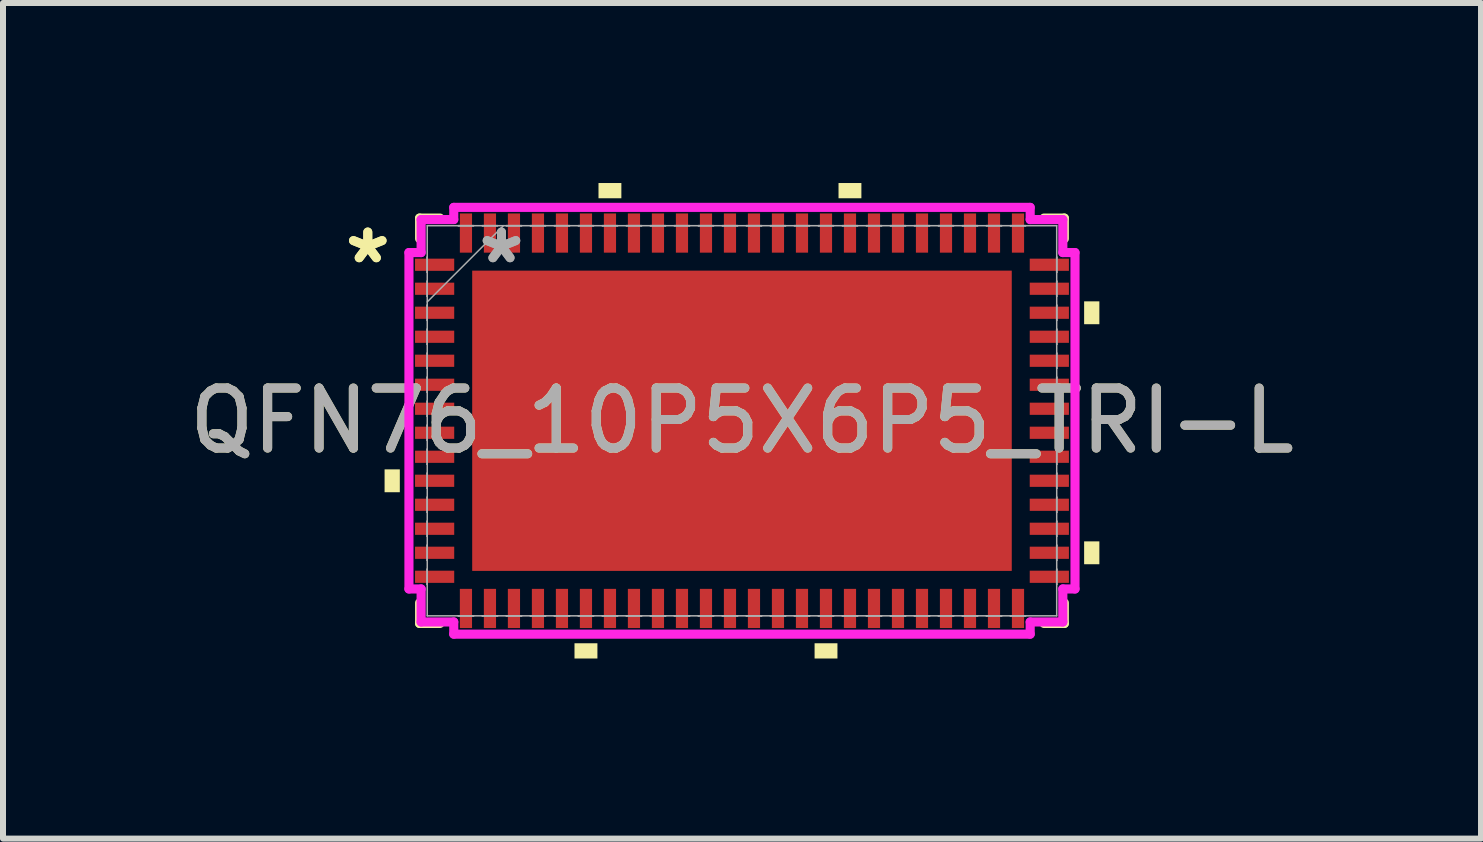
<source format=kicad_pcb>
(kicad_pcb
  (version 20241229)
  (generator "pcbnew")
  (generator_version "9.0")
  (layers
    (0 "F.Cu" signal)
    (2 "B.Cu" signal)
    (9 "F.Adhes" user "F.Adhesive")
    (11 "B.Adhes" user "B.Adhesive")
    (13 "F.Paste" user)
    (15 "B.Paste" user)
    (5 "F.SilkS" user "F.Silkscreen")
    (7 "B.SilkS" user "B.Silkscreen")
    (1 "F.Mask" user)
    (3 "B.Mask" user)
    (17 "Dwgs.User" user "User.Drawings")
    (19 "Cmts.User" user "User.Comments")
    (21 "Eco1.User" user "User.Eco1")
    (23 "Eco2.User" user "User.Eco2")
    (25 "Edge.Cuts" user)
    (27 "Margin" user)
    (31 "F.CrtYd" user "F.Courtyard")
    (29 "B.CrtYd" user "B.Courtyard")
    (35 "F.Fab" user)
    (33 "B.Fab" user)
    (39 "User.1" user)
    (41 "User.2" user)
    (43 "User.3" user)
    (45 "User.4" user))
  (footprint "QFN76_10P5X6P5_TRI-L"
    (layer "F.Cu")
    (at 9.315 3.962)
    (property "Reference" "QFN76_10P5X6P5_TRI-L" (at 0 0 0) (unlocked yes) (layer "F.SilkS") (effects (font (size 1 1) (thickness 0.15))))
    (attr smd)
    (fp_line (start -5.372 -3.378) (end -5.372 -3.034) (stroke (width 0.152) (type solid)) (layer "F.SilkS"))
    (fp_line (start -5.372 3.034) (end -5.372 3.378) (stroke (width 0.152) (type solid)) (layer "F.SilkS"))
    (fp_line (start -5.372 3.378) (end -5.034 3.378) (stroke (width 0.152) (type solid)) (layer "F.SilkS"))
    (fp_line (start -5.034 -3.378) (end -5.372 -3.378) (stroke (width 0.152) (type solid)) (layer "F.SilkS"))
    (fp_line (start 5.034 3.378) (end 5.372 3.378) (stroke (width 0.152) (type solid)) (layer "F.SilkS"))
    (fp_line (start 5.372 -3.378) (end 5.034 -3.378) (stroke (width 0.152) (type solid)) (layer "F.SilkS"))
    (fp_line (start 5.372 -3.034) (end 5.372 -3.378) (stroke (width 0.152) (type solid)) (layer "F.SilkS"))
    (fp_line (start 5.372 3.378) (end 5.372 3.034) (stroke (width 0.152) (type solid)) (layer "F.SilkS"))
    (fp_poly (pts (xy -5.956 0.81) (xy -5.956 1.191) (xy -5.702 1.191) (xy -5.702 0.81)) (stroke (width 0) (type solid)) (fill yes) (layer "F.SilkS"))
    (fp_poly (pts (xy -2.791 3.708) (xy -2.791 3.962) (xy -2.409 3.962) (xy -2.409 3.708)) (stroke (width 0) (type solid)) (fill yes) (layer "F.SilkS"))
    (fp_poly (pts (xy -2.391 -3.708) (xy -2.391 -3.962) (xy -2.01 -3.962) (xy -2.01 -3.708)) (stroke (width 0) (type solid)) (fill yes) (layer "F.SilkS"))
    (fp_poly (pts (xy 1.21 3.708) (xy 1.21 3.962) (xy 1.591 3.962) (xy 1.591 3.708)) (stroke (width 0) (type solid)) (fill yes) (layer "F.SilkS"))
    (fp_poly (pts (xy 1.609 -3.708) (xy 1.609 -3.962) (xy 1.99 -3.962) (xy 1.99 -3.708)) (stroke (width 0) (type solid)) (fill yes) (layer "F.SilkS"))
    (fp_poly (pts (xy 5.956 -1.99) (xy 5.956 -1.609) (xy 5.702 -1.609) (xy 5.702 -1.99)) (stroke (width 0) (type solid)) (fill yes) (layer "F.SilkS"))
    (fp_poly (pts (xy 5.956 2.01) (xy 5.956 2.391) (xy 5.702 2.391) (xy 5.702 2.01)) (stroke (width 0) (type solid)) (fill yes) (layer "F.SilkS"))
    (fp_line (start -5.55 -2.803) (end -5.347 -2.803) (stroke (width 0.152) (type solid)) (layer "F.CrtYd"))
    (fp_line (start -5.55 2.803) (end -5.55 -2.803) (stroke (width 0.152) (type solid)) (layer "F.CrtYd"))
    (fp_line (start -5.347 -3.353) (end -4.803 -3.353) (stroke (width 0.152) (type solid)) (layer "F.CrtYd"))
    (fp_line (start -5.347 -2.803) (end -5.347 -3.353) (stroke (width 0.152) (type solid)) (layer "F.CrtYd"))
    (fp_line (start -5.347 2.803) (end -5.55 2.803) (stroke (width 0.152) (type solid)) (layer "F.CrtYd"))
    (fp_line (start -5.347 3.353) (end -5.347 2.803) (stroke (width 0.152) (type solid)) (layer "F.CrtYd"))
    (fp_line (start -4.803 -3.556) (end 4.803 -3.556) (stroke (width 0.152) (type solid)) (layer "F.CrtYd"))
    (fp_line (start -4.803 -3.353) (end -4.803 -3.556) (stroke (width 0.152) (type solid)) (layer "F.CrtYd"))
    (fp_line (start -4.803 3.353) (end -5.347 3.353) (stroke (width 0.152) (type solid)) (layer "F.CrtYd"))
    (fp_line (start -4.803 3.556) (end -4.803 3.353) (stroke (width 0.152) (type solid)) (layer "F.CrtYd"))
    (fp_line (start 4.803 -3.556) (end 4.803 -3.353) (stroke (width 0.152) (type solid)) (layer "F.CrtYd"))
    (fp_line (start 4.803 -3.353) (end 5.347 -3.353) (stroke (width 0.152) (type solid)) (layer "F.CrtYd"))
    (fp_line (start 4.803 3.353) (end 4.803 3.556) (stroke (width 0.152) (type solid)) (layer "F.CrtYd"))
    (fp_line (start 4.803 3.556) (end -4.803 3.556) (stroke (width 0.152) (type solid)) (layer "F.CrtYd"))
    (fp_line (start 5.347 -3.353) (end 5.347 -2.803) (stroke (width 0.152) (type solid)) (layer "F.CrtYd"))
    (fp_line (start 5.347 -2.803) (end 5.55 -2.803) (stroke (width 0.152) (type solid)) (layer "F.CrtYd"))
    (fp_line (start 5.347 2.803) (end 5.347 3.353) (stroke (width 0.152) (type solid)) (layer "F.CrtYd"))
    (fp_line (start 5.347 3.353) (end 4.803 3.353) (stroke (width 0.152) (type solid)) (layer "F.CrtYd"))
    (fp_line (start 5.55 -2.803) (end 5.55 2.803) (stroke (width 0.152) (type solid)) (layer "F.CrtYd"))
    (fp_line (start 5.55 2.803) (end 5.347 2.803) (stroke (width 0.152) (type solid)) (layer "F.CrtYd"))
    (fp_line (start -5.245 -3.251) (end -5.245 3.251) (stroke (width 0.025) (type solid)) (layer "F.Fab"))
    (fp_line (start -5.245 -2.727) (end -5.245 -2.727) (stroke (width 0.025) (type solid)) (layer "F.Fab"))
    (fp_line (start -5.245 -2.727) (end -5.245 -2.473) (stroke (width 0.025) (type solid)) (layer "F.Fab"))
    (fp_line (start -5.245 -2.473) (end -5.245 -2.727) (stroke (width 0.025) (type solid)) (layer "F.Fab"))
    (fp_line (start -5.245 -2.473) (end -5.245 -2.473) (stroke (width 0.025) (type solid)) (layer "F.Fab"))
    (fp_line (start -5.245 -2.327) (end -5.245 -2.327) (stroke (width 0.025) (type solid)) (layer "F.Fab"))
    (fp_line (start -5.245 -2.327) (end -5.245 -2.073) (stroke (width 0.025) (type solid)) (layer "F.Fab"))
    (fp_line (start -5.245 -2.073) (end -5.245 -2.327) (stroke (width 0.025) (type solid)) (layer "F.Fab"))
    (fp_line (start -5.245 -2.073) (end -5.245 -2.073) (stroke (width 0.025) (type solid)) (layer "F.Fab"))
    (fp_line (start -5.245 -1.981) (end -3.975 -3.251) (stroke (width 0.025) (type solid)) (layer "F.Fab"))
    (fp_line (start -5.245 -1.927) (end -5.245 -1.927) (stroke (width 0.025) (type solid)) (layer "F.Fab"))
    (fp_line (start -5.245 -1.927) (end -5.245 -1.673) (stroke (width 0.025) (type solid)) (layer "F.Fab"))
    (fp_line (start -5.245 -1.673) (end -5.245 -1.927) (stroke (width 0.025) (type solid)) (layer "F.Fab"))
    (fp_line (start -5.245 -1.673) (end -5.245 -1.673) (stroke (width 0.025) (type solid)) (layer "F.Fab"))
    (fp_line (start -5.245 -1.527) (end -5.245 -1.527) (stroke (width 0.025) (type solid)) (layer "F.Fab"))
    (fp_line (start -5.245 -1.527) (end -5.245 -1.273) (stroke (width 0.025) (type solid)) (layer "F.Fab"))
    (fp_line (start -5.245 -1.273) (end -5.245 -1.527) (stroke (width 0.025) (type solid)) (layer "F.Fab"))
    (fp_line (start -5.245 -1.273) (end -5.245 -1.273) (stroke (width 0.025) (type solid)) (layer "F.Fab"))
    (fp_line (start -5.245 -1.127) (end -5.245 -1.127) (stroke (width 0.025) (type solid)) (layer "F.Fab"))
    (fp_line (start -5.245 -1.127) (end -5.245 -0.873) (stroke (width 0.025) (type solid)) (layer "F.Fab"))
    (fp_line (start -5.245 -0.873) (end -5.245 -1.127) (stroke (width 0.025) (type solid)) (layer "F.Fab"))
    (fp_line (start -5.245 -0.873) (end -5.245 -0.873) (stroke (width 0.025) (type solid)) (layer "F.Fab"))
    (fp_line (start -5.245 -0.727) (end -5.245 -0.727) (stroke (width 0.025) (type solid)) (layer "F.Fab"))
    (fp_line (start -5.245 -0.727) (end -5.245 -0.473) (stroke (width 0.025) (type solid)) (layer "F.Fab"))
    (fp_line (start -5.245 -0.473) (end -5.245 -0.727) (stroke (width 0.025) (type solid)) (layer "F.Fab"))
    (fp_line (start -5.245 -0.473) (end -5.245 -0.473) (stroke (width 0.025) (type solid)) (layer "F.Fab"))
    (fp_line (start -5.245 -0.327) (end -5.245 -0.327) (stroke (width 0.025) (type solid)) (layer "F.Fab"))
    (fp_line (start -5.245 -0.327) (end -5.245 -0.073) (stroke (width 0.025) (type solid)) (layer "F.Fab"))
    (fp_line (start -5.245 -0.073) (end -5.245 -0.327) (stroke (width 0.025) (type solid)) (layer "F.Fab"))
    (fp_line (start -5.245 -0.073) (end -5.245 -0.073) (stroke (width 0.025) (type solid)) (layer "F.Fab"))
    (fp_line (start -5.245 0.073) (end -5.245 0.073) (stroke (width 0.025) (type solid)) (layer "F.Fab"))
    (fp_line (start -5.245 0.073) (end -5.245 0.327) (stroke (width 0.025) (type solid)) (layer "F.Fab"))
    (fp_line (start -5.245 0.327) (end -5.245 0.073) (stroke (width 0.025) (type solid)) (layer "F.Fab"))
    (fp_line (start -5.245 0.327) (end -5.245 0.327) (stroke (width 0.025) (type solid)) (layer "F.Fab"))
    (fp_line (start -5.245 0.473) (end -5.245 0.473) (stroke (width 0.025) (type solid)) (layer "F.Fab"))
    (fp_line (start -5.245 0.473) (end -5.245 0.727) (stroke (width 0.025) (type solid)) (layer "F.Fab"))
    (fp_line (start -5.245 0.727) (end -5.245 0.473) (stroke (width 0.025) (type solid)) (layer "F.Fab"))
    (fp_line (start -5.245 0.727) (end -5.245 0.727) (stroke (width 0.025) (type solid)) (layer "F.Fab"))
    (fp_line (start -5.245 0.873) (end -5.245 0.873) (stroke (width 0.025) (type solid)) (layer "F.Fab"))
    (fp_line (start -5.245 0.873) (end -5.245 1.127) (stroke (width 0.025) (type solid)) (layer "F.Fab"))
    (fp_line (start -5.245 1.127) (end -5.245 0.873) (stroke (width 0.025) (type solid)) (layer "F.Fab"))
    (fp_line (start -5.245 1.127) (end -5.245 1.127) (stroke (width 0.025) (type solid)) (layer "F.Fab"))
    (fp_line (start -5.245 1.273) (end -5.245 1.273) (stroke (width 0.025) (type solid)) (layer "F.Fab"))
    (fp_line (start -5.245 1.273) (end -5.245 1.527) (stroke (width 0.025) (type solid)) (layer "F.Fab"))
    (fp_line (start -5.245 1.527) (end -5.245 1.273) (stroke (width 0.025) (type solid)) (layer "F.Fab"))
    (fp_line (start -5.245 1.527) (end -5.245 1.527) (stroke (width 0.025) (type solid)) (layer "F.Fab"))
    (fp_line (start -5.245 1.673) (end -5.245 1.673) (stroke (width 0.025) (type solid)) (layer "F.Fab"))
    (fp_line (start -5.245 1.673) (end -5.245 1.927) (stroke (width 0.025) (type solid)) (layer "F.Fab"))
    (fp_line (start -5.245 1.927) (end -5.245 1.673) (stroke (width 0.025) (type solid)) (layer "F.Fab"))
    (fp_line (start -5.245 1.927) (end -5.245 1.927) (stroke (width 0.025) (type solid)) (layer "F.Fab"))
    (fp_line (start -5.245 2.073) (end -5.245 2.073) (stroke (width 0.025) (type solid)) (layer "F.Fab"))
    (fp_line (start -5.245 2.073) (end -5.245 2.327) (stroke (width 0.025) (type solid)) (layer "F.Fab"))
    (fp_line (start -5.245 2.327) (end -5.245 2.073) (stroke (width 0.025) (type solid)) (layer "F.Fab"))
    (fp_line (start -5.245 2.327) (end -5.245 2.327) (stroke (width 0.025) (type solid)) (layer "F.Fab"))
    (fp_line (start -5.245 2.473) (end -5.245 2.473) (stroke (width 0.025) (type solid)) (layer "F.Fab"))
    (fp_line (start -5.245 2.473) (end -5.245 2.727) (stroke (width 0.025) (type solid)) (layer "F.Fab"))
    (fp_line (start -5.245 2.727) (end -5.245 2.473) (stroke (width 0.025) (type solid)) (layer "F.Fab"))
    (fp_line (start -5.245 2.727) (end -5.245 2.727) (stroke (width 0.025) (type solid)) (layer "F.Fab"))
    (fp_line (start -5.245 3.251) (end 5.245 3.251) (stroke (width 0.025) (type solid)) (layer "F.Fab"))
    (fp_line (start -4.727 -3.251) (end -4.727 -3.251) (stroke (width 0.025) (type solid)) (layer "F.Fab"))
    (fp_line (start -4.727 -3.251) (end -4.473 -3.251) (stroke (width 0.025) (type solid)) (layer "F.Fab"))
    (fp_line (start -4.727 3.251) (end -4.727 3.251) (stroke (width 0.025) (type solid)) (layer "F.Fab"))
    (fp_line (start -4.727 3.251) (end -4.473 3.251) (stroke (width 0.025) (type solid)) (layer "F.Fab"))
    (fp_line (start -4.473 -3.251) (end -4.727 -3.251) (stroke (width 0.025) (type solid)) (layer "F.Fab"))
    (fp_line (start -4.473 -3.251) (end -4.473 -3.251) (stroke (width 0.025) (type solid)) (layer "F.Fab"))
    (fp_line (start -4.473 3.251) (end -4.727 3.251) (stroke (width 0.025) (type solid)) (layer "F.Fab"))
    (fp_line (start -4.473 3.251) (end -4.473 3.251) (stroke (width 0.025) (type solid)) (layer "F.Fab"))
    (fp_line (start -4.327 -3.251) (end -4.327 -3.251) (stroke (width 0.025) (type solid)) (layer "F.Fab"))
    (fp_line (start -4.327 -3.251) (end -4.073 -3.251) (stroke (width 0.025) (type solid)) (layer "F.Fab"))
    (fp_line (start -4.327 3.251) (end -4.327 3.251) (stroke (width 0.025) (type solid)) (layer "F.Fab"))
    (fp_line (start -4.327 3.251) (end -4.073 3.251) (stroke (width 0.025) (type solid)) (layer "F.Fab"))
    (fp_line (start -4.073 -3.251) (end -4.327 -3.251) (stroke (width 0.025) (type solid)) (layer "F.Fab"))
    (fp_line (start -4.073 -3.251) (end -4.073 -3.251) (stroke (width 0.025) (type solid)) (layer "F.Fab"))
    (fp_line (start -4.073 3.251) (end -4.327 3.251) (stroke (width 0.025) (type solid)) (layer "F.Fab"))
    (fp_line (start -4.073 3.251) (end -4.073 3.251) (stroke (width 0.025) (type solid)) (layer "F.Fab"))
    (fp_line (start -3.927 -3.251) (end -3.927 -3.251) (stroke (width 0.025) (type solid)) (layer "F.Fab"))
    (fp_line (start -3.927 -3.251) (end -3.673 -3.251) (stroke (width 0.025) (type solid)) (layer "F.Fab"))
    (fp_line (start -3.927 3.251) (end -3.927 3.251) (stroke (width 0.025) (type solid)) (layer "F.Fab"))
    (fp_line (start -3.927 3.251) (end -3.673 3.251) (stroke (width 0.025) (type solid)) (layer "F.Fab"))
    (fp_line (start -3.673 -3.251) (end -3.927 -3.251) (stroke (width 0.025) (type solid)) (layer "F.Fab"))
    (fp_line (start -3.673 -3.251) (end -3.673 -3.251) (stroke (width 0.025) (type solid)) (layer "F.Fab"))
    (fp_line (start -3.673 3.251) (end -3.927 3.251) (stroke (width 0.025) (type solid)) (layer "F.Fab"))
    (fp_line (start -3.673 3.251) (end -3.673 3.251) (stroke (width 0.025) (type solid)) (layer "F.Fab"))
    (fp_line (start -3.527 -3.251) (end -3.527 -3.251) (stroke (width 0.025) (type solid)) (layer "F.Fab"))
    (fp_line (start -3.527 -3.251) (end -3.273 -3.251) (stroke (width 0.025) (type solid)) (layer "F.Fab"))
    (fp_line (start -3.527 3.251) (end -3.527 3.251) (stroke (width 0.025) (type solid)) (layer "F.Fab"))
    (fp_line (start -3.527 3.251) (end -3.273 3.251) (stroke (width 0.025) (type solid)) (layer "F.Fab"))
    (fp_line (start -3.273 -3.251) (end -3.527 -3.251) (stroke (width 0.025) (type solid)) (layer "F.Fab"))
    (fp_line (start -3.273 -3.251) (end -3.273 -3.251) (stroke (width 0.025) (type solid)) (layer "F.Fab"))
    (fp_line (start -3.273 3.251) (end -3.527 3.251) (stroke (width 0.025) (type solid)) (layer "F.Fab"))
    (fp_line (start -3.273 3.251) (end -3.273 3.251) (stroke (width 0.025) (type solid)) (layer "F.Fab"))
    (fp_line (start -3.127 -3.251) (end -3.127 -3.251) (stroke (width 0.025) (type solid)) (layer "F.Fab"))
    (fp_line (start -3.127 -3.251) (end -2.873 -3.251) (stroke (width 0.025) (type solid)) (layer "F.Fab"))
    (fp_line (start -3.127 3.251) (end -3.127 3.251) (stroke (width 0.025) (type solid)) (layer "F.Fab"))
    (fp_line (start -3.127 3.251) (end -2.873 3.251) (stroke (width 0.025) (type solid)) (layer "F.Fab"))
    (fp_line (start -2.873 -3.251) (end -3.127 -3.251) (stroke (width 0.025) (type solid)) (layer "F.Fab"))
    (fp_line (start -2.873 -3.251) (end -2.873 -3.251) (stroke (width 0.025) (type solid)) (layer "F.Fab"))
    (fp_line (start -2.873 3.251) (end -3.127 3.251) (stroke (width 0.025) (type solid)) (layer "F.Fab"))
    (fp_line (start -2.873 3.251) (end -2.873 3.251) (stroke (width 0.025) (type solid)) (layer "F.Fab"))
    (fp_line (start -2.727 -3.251) (end -2.727 -3.251) (stroke (width 0.025) (type solid)) (layer "F.Fab"))
    (fp_line (start -2.727 -3.251) (end -2.473 -3.251) (stroke (width 0.025) (type solid)) (layer "F.Fab"))
    (fp_line (start -2.727 3.251) (end -2.727 3.251) (stroke (width 0.025) (type solid)) (layer "F.Fab"))
    (fp_line (start -2.727 3.251) (end -2.473 3.251) (stroke (width 0.025) (type solid)) (layer "F.Fab"))
    (fp_line (start -2.473 -3.251) (end -2.727 -3.251) (stroke (width 0.025) (type solid)) (layer "F.Fab"))
    (fp_line (start -2.473 -3.251) (end -2.473 -3.251) (stroke (width 0.025) (type solid)) (layer "F.Fab"))
    (fp_line (start -2.473 3.251) (end -2.727 3.251) (stroke (width 0.025) (type solid)) (layer "F.Fab"))
    (fp_line (start -2.473 3.251) (end -2.473 3.251) (stroke (width 0.025) (type solid)) (layer "F.Fab"))
    (fp_line (start -2.327 -3.251) (end -2.327 -3.251) (stroke (width 0.025) (type solid)) (layer "F.Fab"))
    (fp_line (start -2.327 -3.251) (end -2.073 -3.251) (stroke (width 0.025) (type solid)) (layer "F.Fab"))
    (fp_line (start -2.327 3.251) (end -2.327 3.251) (stroke (width 0.025) (type solid)) (layer "F.Fab"))
    (fp_line (start -2.327 3.251) (end -2.073 3.251) (stroke (width 0.025) (type solid)) (layer "F.Fab"))
    (fp_line (start -2.073 -3.251) (end -2.327 -3.251) (stroke (width 0.025) (type solid)) (layer "F.Fab"))
    (fp_line (start -2.073 -3.251) (end -2.073 -3.251) (stroke (width 0.025) (type solid)) (layer "F.Fab"))
    (fp_line (start -2.073 3.251) (end -2.327 3.251) (stroke (width 0.025) (type solid)) (layer "F.Fab"))
    (fp_line (start -2.073 3.251) (end -2.073 3.251) (stroke (width 0.025) (type solid)) (layer "F.Fab"))
    (fp_line (start -1.927 -3.251) (end -1.927 -3.251) (stroke (width 0.025) (type solid)) (layer "F.Fab"))
    (fp_line (start -1.927 -3.251) (end -1.673 -3.251) (stroke (width 0.025) (type solid)) (layer "F.Fab"))
    (fp_line (start -1.927 3.251) (end -1.927 3.251) (stroke (width 0.025) (type solid)) (layer "F.Fab"))
    (fp_line (start -1.927 3.251) (end -1.673 3.251) (stroke (width 0.025) (type solid)) (layer "F.Fab"))
    (fp_line (start -1.673 -3.251) (end -1.927 -3.251) (stroke (width 0.025) (type solid)) (layer "F.Fab"))
    (fp_line (start -1.673 -3.251) (end -1.673 -3.251) (stroke (width 0.025) (type solid)) (layer "F.Fab"))
    (fp_line (start -1.673 3.251) (end -1.927 3.251) (stroke (width 0.025) (type solid)) (layer "F.Fab"))
    (fp_line (start -1.673 3.251) (end -1.673 3.251) (stroke (width 0.025) (type solid)) (layer "F.Fab"))
    (fp_line (start -1.527 -3.251) (end -1.527 -3.251) (stroke (width 0.025) (type solid)) (layer "F.Fab"))
    (fp_line (start -1.527 -3.251) (end -1.273 -3.251) (stroke (width 0.025) (type solid)) (layer "F.Fab"))
    (fp_line (start -1.527 3.251) (end -1.527 3.251) (stroke (width 0.025) (type solid)) (layer "F.Fab"))
    (fp_line (start -1.527 3.251) (end -1.273 3.251) (stroke (width 0.025) (type solid)) (layer "F.Fab"))
    (fp_line (start -1.273 -3.251) (end -1.527 -3.251) (stroke (width 0.025) (type solid)) (layer "F.Fab"))
    (fp_line (start -1.273 -3.251) (end -1.273 -3.251) (stroke (width 0.025) (type solid)) (layer "F.Fab"))
    (fp_line (start -1.273 3.251) (end -1.527 3.251) (stroke (width 0.025) (type solid)) (layer "F.Fab"))
    (fp_line (start -1.273 3.251) (end -1.273 3.251) (stroke (width 0.025) (type solid)) (layer "F.Fab"))
    (fp_line (start -1.127 -3.251) (end -1.127 -3.251) (stroke (width 0.025) (type solid)) (layer "F.Fab"))
    (fp_line (start -1.127 -3.251) (end -0.873 -3.251) (stroke (width 0.025) (type solid)) (layer "F.Fab"))
    (fp_line (start -1.127 3.251) (end -1.127 3.251) (stroke (width 0.025) (type solid)) (layer "F.Fab"))
    (fp_line (start -1.127 3.251) (end -0.873 3.251) (stroke (width 0.025) (type solid)) (layer "F.Fab"))
    (fp_line (start -0.873 -3.251) (end -1.127 -3.251) (stroke (width 0.025) (type solid)) (layer "F.Fab"))
    (fp_line (start -0.873 -3.251) (end -0.873 -3.251) (stroke (width 0.025) (type solid)) (layer "F.Fab"))
    (fp_line (start -0.873 3.251) (end -1.127 3.251) (stroke (width 0.025) (type solid)) (layer "F.Fab"))
    (fp_line (start -0.873 3.251) (end -0.873 3.251) (stroke (width 0.025) (type solid)) (layer "F.Fab"))
    (fp_line (start -0.727 -3.251) (end -0.727 -3.251) (stroke (width 0.025) (type solid)) (layer "F.Fab"))
    (fp_line (start -0.727 -3.251) (end -0.473 -3.251) (stroke (width 0.025) (type solid)) (layer "F.Fab"))
    (fp_line (start -0.727 3.251) (end -0.727 3.251) (stroke (width 0.025) (type solid)) (layer "F.Fab"))
    (fp_line (start -0.727 3.251) (end -0.473 3.251) (stroke (width 0.025) (type solid)) (layer "F.Fab"))
    (fp_line (start -0.473 -3.251) (end -0.727 -3.251) (stroke (width 0.025) (type solid)) (layer "F.Fab"))
    (fp_line (start -0.473 -3.251) (end -0.473 -3.251) (stroke (width 0.025) (type solid)) (layer "F.Fab"))
    (fp_line (start -0.473 3.251) (end -0.727 3.251) (stroke (width 0.025) (type solid)) (layer "F.Fab"))
    (fp_line (start -0.473 3.251) (end -0.473 3.251) (stroke (width 0.025) (type solid)) (layer "F.Fab"))
    (fp_line (start -0.327 -3.251) (end -0.327 -3.251) (stroke (width 0.025) (type solid)) (layer "F.Fab"))
    (fp_line (start -0.327 -3.251) (end -0.073 -3.251) (stroke (width 0.025) (type solid)) (layer "F.Fab"))
    (fp_line (start -0.327 3.251) (end -0.327 3.251) (stroke (width 0.025) (type solid)) (layer "F.Fab"))
    (fp_line (start -0.327 3.251) (end -0.073 3.251) (stroke (width 0.025) (type solid)) (layer "F.Fab"))
    (fp_line (start -0.073 -3.251) (end -0.327 -3.251) (stroke (width 0.025) (type solid)) (layer "F.Fab"))
    (fp_line (start -0.073 -3.251) (end -0.073 -3.251) (stroke (width 0.025) (type solid)) (layer "F.Fab"))
    (fp_line (start -0.073 3.251) (end -0.327 3.251) (stroke (width 0.025) (type solid)) (layer "F.Fab"))
    (fp_line (start -0.073 3.251) (end -0.073 3.251) (stroke (width 0.025) (type solid)) (layer "F.Fab"))
    (fp_line (start 0.073 -3.251) (end 0.073 -3.251) (stroke (width 0.025) (type solid)) (layer "F.Fab"))
    (fp_line (start 0.073 -3.251) (end 0.327 -3.251) (stroke (width 0.025) (type solid)) (layer "F.Fab"))
    (fp_line (start 0.073 3.251) (end 0.073 3.251) (stroke (width 0.025) (type solid)) (layer "F.Fab"))
    (fp_line (start 0.073 3.251) (end 0.327 3.251) (stroke (width 0.025) (type solid)) (layer "F.Fab"))
    (fp_line (start 0.327 -3.251) (end 0.073 -3.251) (stroke (width 0.025) (type solid)) (layer "F.Fab"))
    (fp_line (start 0.327 -3.251) (end 0.327 -3.251) (stroke (width 0.025) (type solid)) (layer "F.Fab"))
    (fp_line (start 0.327 3.251) (end 0.073 3.251) (stroke (width 0.025) (type solid)) (layer "F.Fab"))
    (fp_line (start 0.327 3.251) (end 0.327 3.251) (stroke (width 0.025) (type solid)) (layer "F.Fab"))
    (fp_line (start 0.473 -3.251) (end 0.473 -3.251) (stroke (width 0.025) (type solid)) (layer "F.Fab"))
    (fp_line (start 0.473 -3.251) (end 0.727 -3.251) (stroke (width 0.025) (type solid)) (layer "F.Fab"))
    (fp_line (start 0.473 3.251) (end 0.473 3.251) (stroke (width 0.025) (type solid)) (layer "F.Fab"))
    (fp_line (start 0.473 3.251) (end 0.727 3.251) (stroke (width 0.025) (type solid)) (layer "F.Fab"))
    (fp_line (start 0.727 -3.251) (end 0.473 -3.251) (stroke (width 0.025) (type solid)) (layer "F.Fab"))
    (fp_line (start 0.727 -3.251) (end 0.727 -3.251) (stroke (width 0.025) (type solid)) (layer "F.Fab"))
    (fp_line (start 0.727 3.251) (end 0.473 3.251) (stroke (width 0.025) (type solid)) (layer "F.Fab"))
    (fp_line (start 0.727 3.251) (end 0.727 3.251) (stroke (width 0.025) (type solid)) (layer "F.Fab"))
    (fp_line (start 0.873 -3.251) (end 0.873 -3.251) (stroke (width 0.025) (type solid)) (layer "F.Fab"))
    (fp_line (start 0.873 -3.251) (end 1.127 -3.251) (stroke (width 0.025) (type solid)) (layer "F.Fab"))
    (fp_line (start 0.873 3.251) (end 0.873 3.251) (stroke (width 0.025) (type solid)) (layer "F.Fab"))
    (fp_line (start 0.873 3.251) (end 1.127 3.251) (stroke (width 0.025) (type solid)) (layer "F.Fab"))
    (fp_line (start 1.127 -3.251) (end 0.873 -3.251) (stroke (width 0.025) (type solid)) (layer "F.Fab"))
    (fp_line (start 1.127 -3.251) (end 1.127 -3.251) (stroke (width 0.025) (type solid)) (layer "F.Fab"))
    (fp_line (start 1.127 3.251) (end 0.873 3.251) (stroke (width 0.025) (type solid)) (layer "F.Fab"))
    (fp_line (start 1.127 3.251) (end 1.127 3.251) (stroke (width 0.025) (type solid)) (layer "F.Fab"))
    (fp_line (start 1.273 -3.251) (end 1.273 -3.251) (stroke (width 0.025) (type solid)) (layer "F.Fab"))
    (fp_line (start 1.273 -3.251) (end 1.527 -3.251) (stroke (width 0.025) (type solid)) (layer "F.Fab"))
    (fp_line (start 1.273 3.251) (end 1.273 3.251) (stroke (width 0.025) (type solid)) (layer "F.Fab"))
    (fp_line (start 1.273 3.251) (end 1.527 3.251) (stroke (width 0.025) (type solid)) (layer "F.Fab"))
    (fp_line (start 1.527 -3.251) (end 1.273 -3.251) (stroke (width 0.025) (type solid)) (layer "F.Fab"))
    (fp_line (start 1.527 -3.251) (end 1.527 -3.251) (stroke (width 0.025) (type solid)) (layer "F.Fab"))
    (fp_line (start 1.527 3.251) (end 1.273 3.251) (stroke (width 0.025) (type solid)) (layer "F.Fab"))
    (fp_line (start 1.527 3.251) (end 1.527 3.251) (stroke (width 0.025) (type solid)) (layer "F.Fab"))
    (fp_line (start 1.673 -3.251) (end 1.673 -3.251) (stroke (width 0.025) (type solid)) (layer "F.Fab"))
    (fp_line (start 1.673 -3.251) (end 1.927 -3.251) (stroke (width 0.025) (type solid)) (layer "F.Fab"))
    (fp_line (start 1.673 3.251) (end 1.673 3.251) (stroke (width 0.025) (type solid)) (layer "F.Fab"))
    (fp_line (start 1.673 3.251) (end 1.927 3.251) (stroke (width 0.025) (type solid)) (layer "F.Fab"))
    (fp_line (start 1.927 -3.251) (end 1.673 -3.251) (stroke (width 0.025) (type solid)) (layer "F.Fab"))
    (fp_line (start 1.927 -3.251) (end 1.927 -3.251) (stroke (width 0.025) (type solid)) (layer "F.Fab"))
    (fp_line (start 1.927 3.251) (end 1.673 3.251) (stroke (width 0.025) (type solid)) (layer "F.Fab"))
    (fp_line (start 1.927 3.251) (end 1.927 3.251) (stroke (width 0.025) (type solid)) (layer "F.Fab"))
    (fp_line (start 2.073 -3.251) (end 2.073 -3.251) (stroke (width 0.025) (type solid)) (layer "F.Fab"))
    (fp_line (start 2.073 -3.251) (end 2.327 -3.251) (stroke (width 0.025) (type solid)) (layer "F.Fab"))
    (fp_line (start 2.073 3.251) (end 2.073 3.251) (stroke (width 0.025) (type solid)) (layer "F.Fab"))
    (fp_line (start 2.073 3.251) (end 2.327 3.251) (stroke (width 0.025) (type solid)) (layer "F.Fab"))
    (fp_line (start 2.327 -3.251) (end 2.073 -3.251) (stroke (width 0.025) (type solid)) (layer "F.Fab"))
    (fp_line (start 2.327 -3.251) (end 2.327 -3.251) (stroke (width 0.025) (type solid)) (layer "F.Fab"))
    (fp_line (start 2.327 3.251) (end 2.073 3.251) (stroke (width 0.025) (type solid)) (layer "F.Fab"))
    (fp_line (start 2.327 3.251) (end 2.327 3.251) (stroke (width 0.025) (type solid)) (layer "F.Fab"))
    (fp_line (start 2.473 -3.251) (end 2.473 -3.251) (stroke (width 0.025) (type solid)) (layer "F.Fab"))
    (fp_line (start 2.473 -3.251) (end 2.727 -3.251) (stroke (width 0.025) (type solid)) (layer "F.Fab"))
    (fp_line (start 2.473 3.251) (end 2.473 3.251) (stroke (width 0.025) (type solid)) (layer "F.Fab"))
    (fp_line (start 2.473 3.251) (end 2.727 3.251) (stroke (width 0.025) (type solid)) (layer "F.Fab"))
    (fp_line (start 2.727 -3.251) (end 2.473 -3.251) (stroke (width 0.025) (type solid)) (layer "F.Fab"))
    (fp_line (start 2.727 -3.251) (end 2.727 -3.251) (stroke (width 0.025) (type solid)) (layer "F.Fab"))
    (fp_line (start 2.727 3.251) (end 2.473 3.251) (stroke (width 0.025) (type solid)) (layer "F.Fab"))
    (fp_line (start 2.727 3.251) (end 2.727 3.251) (stroke (width 0.025) (type solid)) (layer "F.Fab"))
    (fp_line (start 2.873 -3.251) (end 2.873 -3.251) (stroke (width 0.025) (type solid)) (layer "F.Fab"))
    (fp_line (start 2.873 -3.251) (end 3.127 -3.251) (stroke (width 0.025) (type solid)) (layer "F.Fab"))
    (fp_line (start 2.873 3.251) (end 2.873 3.251) (stroke (width 0.025) (type solid)) (layer "F.Fab"))
    (fp_line (start 2.873 3.251) (end 3.127 3.251) (stroke (width 0.025) (type solid)) (layer "F.Fab"))
    (fp_line (start 3.127 -3.251) (end 2.873 -3.251) (stroke (width 0.025) (type solid)) (layer "F.Fab"))
    (fp_line (start 3.127 -3.251) (end 3.127 -3.251) (stroke (width 0.025) (type solid)) (layer "F.Fab"))
    (fp_line (start 3.127 3.251) (end 2.873 3.251) (stroke (width 0.025) (type solid)) (layer "F.Fab"))
    (fp_line (start 3.127 3.251) (end 3.127 3.251) (stroke (width 0.025) (type solid)) (layer "F.Fab"))
    (fp_line (start 3.273 -3.251) (end 3.273 -3.251) (stroke (width 0.025) (type solid)) (layer "F.Fab"))
    (fp_line (start 3.273 -3.251) (end 3.527 -3.251) (stroke (width 0.025) (type solid)) (layer "F.Fab"))
    (fp_line (start 3.273 3.251) (end 3.273 3.251) (stroke (width 0.025) (type solid)) (layer "F.Fab"))
    (fp_line (start 3.273 3.251) (end 3.527 3.251) (stroke (width 0.025) (type solid)) (layer "F.Fab"))
    (fp_line (start 3.527 -3.251) (end 3.273 -3.251) (stroke (width 0.025) (type solid)) (layer "F.Fab"))
    (fp_line (start 3.527 -3.251) (end 3.527 -3.251) (stroke (width 0.025) (type solid)) (layer "F.Fab"))
    (fp_line (start 3.527 3.251) (end 3.273 3.251) (stroke (width 0.025) (type solid)) (layer "F.Fab"))
    (fp_line (start 3.527 3.251) (end 3.527 3.251) (stroke (width 0.025) (type solid)) (layer "F.Fab"))
    (fp_line (start 3.673 -3.251) (end 3.673 -3.251) (stroke (width 0.025) (type solid)) (layer "F.Fab"))
    (fp_line (start 3.673 -3.251) (end 3.927 -3.251) (stroke (width 0.025) (type solid)) (layer "F.Fab"))
    (fp_line (start 3.673 3.251) (end 3.673 3.251) (stroke (width 0.025) (type solid)) (layer "F.Fab"))
    (fp_line (start 3.673 3.251) (end 3.927 3.251) (stroke (width 0.025) (type solid)) (layer "F.Fab"))
    (fp_line (start 3.927 -3.251) (end 3.673 -3.251) (stroke (width 0.025) (type solid)) (layer "F.Fab"))
    (fp_line (start 3.927 -3.251) (end 3.927 -3.251) (stroke (width 0.025) (type solid)) (layer "F.Fab"))
    (fp_line (start 3.927 3.251) (end 3.673 3.251) (stroke (width 0.025) (type solid)) (layer "F.Fab"))
    (fp_line (start 3.927 3.251) (end 3.927 3.251) (stroke (width 0.025) (type solid)) (layer "F.Fab"))
    (fp_line (start 4.073 -3.251) (end 4.073 -3.251) (stroke (width 0.025) (type solid)) (layer "F.Fab"))
    (fp_line (start 4.073 -3.251) (end 4.327 -3.251) (stroke (width 0.025) (type solid)) (layer "F.Fab"))
    (fp_line (start 4.073 3.251) (end 4.073 3.251) (stroke (width 0.025) (type solid)) (layer "F.Fab"))
    (fp_line (start 4.073 3.251) (end 4.327 3.251) (stroke (width 0.025) (type solid)) (layer "F.Fab"))
    (fp_line (start 4.327 -3.251) (end 4.073 -3.251) (stroke (width 0.025) (type solid)) (layer "F.Fab"))
    (fp_line (start 4.327 -3.251) (end 4.327 -3.251) (stroke (width 0.025) (type solid)) (layer "F.Fab"))
    (fp_line (start 4.327 3.251) (end 4.073 3.251) (stroke (width 0.025) (type solid)) (layer "F.Fab"))
    (fp_line (start 4.327 3.251) (end 4.327 3.251) (stroke (width 0.025) (type solid)) (layer "F.Fab"))
    (fp_line (start 4.473 -3.251) (end 4.473 -3.251) (stroke (width 0.025) (type solid)) (layer "F.Fab"))
    (fp_line (start 4.473 -3.251) (end 4.727 -3.251) (stroke (width 0.025) (type solid)) (layer "F.Fab"))
    (fp_line (start 4.473 3.251) (end 4.473 3.251) (stroke (width 0.025) (type solid)) (layer "F.Fab"))
    (fp_line (start 4.473 3.251) (end 4.727 3.251) (stroke (width 0.025) (type solid)) (layer "F.Fab"))
    (fp_line (start 4.727 -3.251) (end 4.473 -3.251) (stroke (width 0.025) (type solid)) (layer "F.Fab"))
    (fp_line (start 4.727 -3.251) (end 4.727 -3.251) (stroke (width 0.025) (type solid)) (layer "F.Fab"))
    (fp_line (start 4.727 3.251) (end 4.473 3.251) (stroke (width 0.025) (type solid)) (layer "F.Fab"))
    (fp_line (start 4.727 3.251) (end 4.727 3.251) (stroke (width 0.025) (type solid)) (layer "F.Fab"))
    (fp_line (start 5.245 -3.251) (end -5.245 -3.251) (stroke (width 0.025) (type solid)) (layer "F.Fab"))
    (fp_line (start 5.245 -2.727) (end 5.245 -2.727) (stroke (width 0.025) (type solid)) (layer "F.Fab"))
    (fp_line (start 5.245 -2.727) (end 5.245 -2.473) (stroke (width 0.025) (type solid)) (layer "F.Fab"))
    (fp_line (start 5.245 -2.473) (end 5.245 -2.727) (stroke (width 0.025) (type solid)) (layer "F.Fab"))
    (fp_line (start 5.245 -2.473) (end 5.245 -2.473) (stroke (width 0.025) (type solid)) (layer "F.Fab"))
    (fp_line (start 5.245 -2.327) (end 5.245 -2.327) (stroke (width 0.025) (type solid)) (layer "F.Fab"))
    (fp_line (start 5.245 -2.327) (end 5.245 -2.073) (stroke (width 0.025) (type solid)) (layer "F.Fab"))
    (fp_line (start 5.245 -2.073) (end 5.245 -2.327) (stroke (width 0.025) (type solid)) (layer "F.Fab"))
    (fp_line (start 5.245 -2.073) (end 5.245 -2.073) (stroke (width 0.025) (type solid)) (layer "F.Fab"))
    (fp_line (start 5.245 -1.927) (end 5.245 -1.927) (stroke (width 0.025) (type solid)) (layer "F.Fab"))
    (fp_line (start 5.245 -1.927) (end 5.245 -1.673) (stroke (width 0.025) (type solid)) (layer "F.Fab"))
    (fp_line (start 5.245 -1.673) (end 5.245 -1.927) (stroke (width 0.025) (type solid)) (layer "F.Fab"))
    (fp_line (start 5.245 -1.673) (end 5.245 -1.673) (stroke (width 0.025) (type solid)) (layer "F.Fab"))
    (fp_line (start 5.245 -1.527) (end 5.245 -1.527) (stroke (width 0.025) (type solid)) (layer "F.Fab"))
    (fp_line (start 5.245 -1.527) (end 5.245 -1.273) (stroke (width 0.025) (type solid)) (layer "F.Fab"))
    (fp_line (start 5.245 -1.273) (end 5.245 -1.527) (stroke (width 0.025) (type solid)) (layer "F.Fab"))
    (fp_line (start 5.245 -1.273) (end 5.245 -1.273) (stroke (width 0.025) (type solid)) (layer "F.Fab"))
    (fp_line (start 5.245 -1.127) (end 5.245 -1.127) (stroke (width 0.025) (type solid)) (layer "F.Fab"))
    (fp_line (start 5.245 -1.127) (end 5.245 -0.873) (stroke (width 0.025) (type solid)) (layer "F.Fab"))
    (fp_line (start 5.245 -0.873) (end 5.245 -1.127) (stroke (width 0.025) (type solid)) (layer "F.Fab"))
    (fp_line (start 5.245 -0.873) (end 5.245 -0.873) (stroke (width 0.025) (type solid)) (layer "F.Fab"))
    (fp_line (start 5.245 -0.727) (end 5.245 -0.727) (stroke (width 0.025) (type solid)) (layer "F.Fab"))
    (fp_line (start 5.245 -0.727) (end 5.245 -0.473) (stroke (width 0.025) (type solid)) (layer "F.Fab"))
    (fp_line (start 5.245 -0.473) (end 5.245 -0.727) (stroke (width 0.025) (type solid)) (layer "F.Fab"))
    (fp_line (start 5.245 -0.473) (end 5.245 -0.473) (stroke (width 0.025) (type solid)) (layer "F.Fab"))
    (fp_line (start 5.245 -0.327) (end 5.245 -0.327) (stroke (width 0.025) (type solid)) (layer "F.Fab"))
    (fp_line (start 5.245 -0.327) (end 5.245 -0.073) (stroke (width 0.025) (type solid)) (layer "F.Fab"))
    (fp_line (start 5.245 -0.073) (end 5.245 -0.327) (stroke (width 0.025) (type solid)) (layer "F.Fab"))
    (fp_line (start 5.245 -0.073) (end 5.245 -0.073) (stroke (width 0.025) (type solid)) (layer "F.Fab"))
    (fp_line (start 5.245 0.073) (end 5.245 0.073) (stroke (width 0.025) (type solid)) (layer "F.Fab"))
    (fp_line (start 5.245 0.073) (end 5.245 0.327) (stroke (width 0.025) (type solid)) (layer "F.Fab"))
    (fp_line (start 5.245 0.327) (end 5.245 0.073) (stroke (width 0.025) (type solid)) (layer "F.Fab"))
    (fp_line (start 5.245 0.327) (end 5.245 0.327) (stroke (width 0.025) (type solid)) (layer "F.Fab"))
    (fp_line (start 5.245 0.473) (end 5.245 0.473) (stroke (width 0.025) (type solid)) (layer "F.Fab"))
    (fp_line (start 5.245 0.473) (end 5.245 0.727) (stroke (width 0.025) (type solid)) (layer "F.Fab"))
    (fp_line (start 5.245 0.727) (end 5.245 0.473) (stroke (width 0.025) (type solid)) (layer "F.Fab"))
    (fp_line (start 5.245 0.727) (end 5.245 0.727) (stroke (width 0.025) (type solid)) (layer "F.Fab"))
    (fp_line (start 5.245 0.873) (end 5.245 0.873) (stroke (width 0.025) (type solid)) (layer "F.Fab"))
    (fp_line (start 5.245 0.873) (end 5.245 1.127) (stroke (width 0.025) (type solid)) (layer "F.Fab"))
    (fp_line (start 5.245 1.127) (end 5.245 0.873) (stroke (width 0.025) (type solid)) (layer "F.Fab"))
    (fp_line (start 5.245 1.127) (end 5.245 1.127) (stroke (width 0.025) (type solid)) (layer "F.Fab"))
    (fp_line (start 5.245 1.273) (end 5.245 1.273) (stroke (width 0.025) (type solid)) (layer "F.Fab"))
    (fp_line (start 5.245 1.273) (end 5.245 1.527) (stroke (width 0.025) (type solid)) (layer "F.Fab"))
    (fp_line (start 5.245 1.527) (end 5.245 1.273) (stroke (width 0.025) (type solid)) (layer "F.Fab"))
    (fp_line (start 5.245 1.527) (end 5.245 1.527) (stroke (width 0.025) (type solid)) (layer "F.Fab"))
    (fp_line (start 5.245 1.673) (end 5.245 1.673) (stroke (width 0.025) (type solid)) (layer "F.Fab"))
    (fp_line (start 5.245 1.673) (end 5.245 1.927) (stroke (width 0.025) (type solid)) (layer "F.Fab"))
    (fp_line (start 5.245 1.927) (end 5.245 1.673) (stroke (width 0.025) (type solid)) (layer "F.Fab"))
    (fp_line (start 5.245 1.927) (end 5.245 1.927) (stroke (width 0.025) (type solid)) (layer "F.Fab"))
    (fp_line (start 5.245 2.073) (end 5.245 2.073) (stroke (width 0.025) (type solid)) (layer "F.Fab"))
    (fp_line (start 5.245 2.073) (end 5.245 2.327) (stroke (width 0.025) (type solid)) (layer "F.Fab"))
    (fp_line (start 5.245 2.327) (end 5.245 2.073) (stroke (width 0.025) (type solid)) (layer "F.Fab"))
    (fp_line (start 5.245 2.327) (end 5.245 2.327) (stroke (width 0.025) (type solid)) (layer "F.Fab"))
    (fp_line (start 5.245 2.473) (end 5.245 2.473) (stroke (width 0.025) (type solid)) (layer "F.Fab"))
    (fp_line (start 5.245 2.473) (end 5.245 2.727) (stroke (width 0.025) (type solid)) (layer "F.Fab"))
    (fp_line (start 5.245 2.727) (end 5.245 2.473) (stroke (width 0.025) (type solid)) (layer "F.Fab"))
    (fp_line (start 5.245 2.727) (end 5.245 2.727) (stroke (width 0.025) (type solid)) (layer "F.Fab"))
    (fp_line (start 5.245 3.251) (end 5.245 -3.251) (stroke (width 0.025) (type solid)) (layer "F.Fab"))
    (fp_text user "*" (at -6.236 -2.6 0) (unlocked yes) (layer "F.SilkS") (effects (font (size 1 1) (thickness 0.15))))
    (fp_text user "*" (at -6.236 -2.6 0) (layer "F.SilkS") (effects (font (size 1 1) (thickness 0.15))))
    (fp_text user "*" (at -4.008 -2.6 0) (layer "F.Fab") (effects (font (size 1 1) (thickness 0.15))))
    (fp_text user "*" (at -4.008 -2.6 0) (unlocked yes) (layer "F.Fab") (effects (font (size 1 1) (thickness 0.15))))
    (fp_text user "${REFERENCE}" (at 0 0 0) (unlocked yes) (layer "F.Fab") (effects (font (size 1 1) (thickness 0.15))))
    (pad "1" smd rect (at -5.122 -2.6 90) (size 0.203 0.653) (layers "F.Cu" "F.Mask" "F.Paste"))
    (pad "2" smd rect (at -5.122 -2.2 90) (size 0.203 0.653) (layers "F.Cu" "F.Mask" "F.Paste"))
    (pad "3" smd rect (at -5.122 -1.8 90) (size 0.203 0.653) (layers "F.Cu" "F.Mask" "F.Paste"))
    (pad "4" smd rect (at -5.122 -1.4 90) (size 0.203 0.653) (layers "F.Cu" "F.Mask" "F.Paste"))
    (pad "5" smd rect (at -5.122 -1 90) (size 0.203 0.653) (layers "F.Cu" "F.Mask" "F.Paste"))
    (pad "6" smd rect (at -5.122 -0.6 90) (size 0.203 0.653) (layers "F.Cu" "F.Mask" "F.Paste"))
    (pad "7" smd rect (at -5.122 -0.2 90) (size 0.203 0.653) (layers "F.Cu" "F.Mask" "F.Paste"))
    (pad "8" smd rect (at -5.122 0.2 90) (size 0.203 0.653) (layers "F.Cu" "F.Mask" "F.Paste"))
    (pad "9" smd rect (at -5.122 0.6 90) (size 0.203 0.653) (layers "F.Cu" "F.Mask" "F.Paste"))
    (pad "10" smd rect (at -5.122 1 90) (size 0.203 0.653) (layers "F.Cu" "F.Mask" "F.Paste"))
    (pad "11" smd rect (at -5.122 1.4 90) (size 0.203 0.653) (layers "F.Cu" "F.Mask" "F.Paste"))
    (pad "12" smd rect (at -5.122 1.8 90) (size 0.203 0.653) (layers "F.Cu" "F.Mask" "F.Paste"))
    (pad "13" smd rect (at -5.122 2.2 90) (size 0.203 0.653) (layers "F.Cu" "F.Mask" "F.Paste"))
    (pad "14" smd rect (at -5.122 2.6 90) (size 0.203 0.653) (layers "F.Cu" "F.Mask" "F.Paste"))
    (pad "15" smd rect (at -4.6 3.128) (size 0.203 0.653) (layers "F.Cu" "F.Mask" "F.Paste"))
    (pad "16" smd rect (at -4.2 3.128) (size 0.203 0.653) (layers "F.Cu" "F.Mask" "F.Paste"))
    (pad "17" smd rect (at -3.8 3.128) (size 0.203 0.653) (layers "F.Cu" "F.Mask" "F.Paste"))
    (pad "18" smd rect (at -3.4 3.128) (size 0.203 0.653) (layers "F.Cu" "F.Mask" "F.Paste"))
    (pad "19" smd rect (at -3 3.128) (size 0.203 0.653) (layers "F.Cu" "F.Mask" "F.Paste"))
    (pad "20" smd rect (at -2.6 3.128) (size 0.203 0.653) (layers "F.Cu" "F.Mask" "F.Paste"))
    (pad "21" smd rect (at -2.2 3.128) (size 0.203 0.653) (layers "F.Cu" "F.Mask" "F.Paste"))
    (pad "22" smd rect (at -1.8 3.128) (size 0.203 0.653) (layers "F.Cu" "F.Mask" "F.Paste"))
    (pad "23" smd rect (at -1.4 3.128) (size 0.203 0.653) (layers "F.Cu" "F.Mask" "F.Paste"))
    (pad "24" smd rect (at -1 3.128) (size 0.203 0.653) (layers "F.Cu" "F.Mask" "F.Paste"))
    (pad "25" smd rect (at -0.6 3.128) (size 0.203 0.653) (layers "F.Cu" "F.Mask" "F.Paste"))
    (pad "26" smd rect (at -0.2 3.128) (size 0.203 0.653) (layers "F.Cu" "F.Mask" "F.Paste"))
    (pad "27" smd rect (at 0.2 3.128) (size 0.203 0.653) (layers "F.Cu" "F.Mask" "F.Paste"))
    (pad "28" smd rect (at 0.6 3.128) (size 0.203 0.653) (layers "F.Cu" "F.Mask" "F.Paste"))
    (pad "29" smd rect (at 1 3.128) (size 0.203 0.653) (layers "F.Cu" "F.Mask" "F.Paste"))
    (pad "30" smd rect (at 1.4 3.128) (size 0.203 0.653) (layers "F.Cu" "F.Mask" "F.Paste"))
    (pad "31" smd rect (at 1.8 3.128) (size 0.203 0.653) (layers "F.Cu" "F.Mask" "F.Paste"))
    (pad "32" smd rect (at 2.2 3.128) (size 0.203 0.653) (layers "F.Cu" "F.Mask" "F.Paste"))
    (pad "33" smd rect (at 2.6 3.128) (size 0.203 0.653) (layers "F.Cu" "F.Mask" "F.Paste"))
    (pad "34" smd rect (at 3 3.128) (size 0.203 0.653) (layers "F.Cu" "F.Mask" "F.Paste"))
    (pad "35" smd rect (at 3.4 3.128) (size 0.203 0.653) (layers "F.Cu" "F.Mask" "F.Paste"))
    (pad "36" smd rect (at 3.8 3.128) (size 0.203 0.653) (layers "F.Cu" "F.Mask" "F.Paste"))
    (pad "37" smd rect (at 4.2 3.128) (size 0.203 0.653) (layers "F.Cu" "F.Mask" "F.Paste"))
    (pad "38" smd rect (at 4.6 3.128) (size 0.203 0.653) (layers "F.Cu" "F.Mask" "F.Paste"))
    (pad "39" smd rect (at 5.122 2.6 90) (size 0.203 0.653) (layers "F.Cu" "F.Mask" "F.Paste"))
    (pad "40" smd rect (at 5.122 2.2 90) (size 0.203 0.653) (layers "F.Cu" "F.Mask" "F.Paste"))
    (pad "41" smd rect (at 5.122 1.8 90) (size 0.203 0.653) (layers "F.Cu" "F.Mask" "F.Paste"))
    (pad "42" smd rect (at 5.122 1.4 90) (size 0.203 0.653) (layers "F.Cu" "F.Mask" "F.Paste"))
    (pad "43" smd rect (at 5.122 1 90) (size 0.203 0.653) (layers "F.Cu" "F.Mask" "F.Paste"))
    (pad "44" smd rect (at 5.122 0.6 90) (size 0.203 0.653) (layers "F.Cu" "F.Mask" "F.Paste"))
    (pad "45" smd rect (at 5.122 0.2 90) (size 0.203 0.653) (layers "F.Cu" "F.Mask" "F.Paste"))
    (pad "46" smd rect (at 5.122 -0.2 90) (size 0.203 0.653) (layers "F.Cu" "F.Mask" "F.Paste"))
    (pad "47" smd rect (at 5.122 -0.6 90) (size 0.203 0.653) (layers "F.Cu" "F.Mask" "F.Paste"))
    (pad "48" smd rect (at 5.122 -1 90) (size 0.203 0.653) (layers "F.Cu" "F.Mask" "F.Paste"))
    (pad "49" smd rect (at 5.122 -1.4 90) (size 0.203 0.653) (layers "F.Cu" "F.Mask" "F.Paste"))
    (pad "50" smd rect (at 5.122 -1.8 90) (size 0.203 0.653) (layers "F.Cu" "F.Mask" "F.Paste"))
    (pad "51" smd rect (at 5.122 -2.2 90) (size 0.203 0.653) (layers "F.Cu" "F.Mask" "F.Paste"))
    (pad "52" smd rect (at 5.122 -2.6 90) (size 0.203 0.653) (layers "F.Cu" "F.Mask" "F.Paste"))
    (pad "53" smd rect (at 4.6 -3.128) (size 0.203 0.653) (layers "F.Cu" "F.Mask" "F.Paste"))
    (pad "54" smd rect (at 4.2 -3.128) (size 0.203 0.653) (layers "F.Cu" "F.Mask" "F.Paste"))
    (pad "55" smd rect (at 3.8 -3.128) (size 0.203 0.653) (layers "F.Cu" "F.Mask" "F.Paste"))
    (pad "56" smd rect (at 3.4 -3.128) (size 0.203 0.653) (layers "F.Cu" "F.Mask" "F.Paste"))
    (pad "57" smd rect (at 3 -3.128) (size 0.203 0.653) (layers "F.Cu" "F.Mask" "F.Paste"))
    (pad "58" smd rect (at 2.6 -3.128) (size 0.203 0.653) (layers "F.Cu" "F.Mask" "F.Paste"))
    (pad "59" smd rect (at 2.2 -3.128) (size 0.203 0.653) (layers "F.Cu" "F.Mask" "F.Paste"))
    (pad "60" smd rect (at 1.8 -3.128) (size 0.203 0.653) (layers "F.Cu" "F.Mask" "F.Paste"))
    (pad "61" smd rect (at 1.4 -3.128) (size 0.203 0.653) (layers "F.Cu" "F.Mask" "F.Paste"))
    (pad "62" smd rect (at 1 -3.128) (size 0.203 0.653) (layers "F.Cu" "F.Mask" "F.Paste"))
    (pad "63" smd rect (at 0.6 -3.128) (size 0.203 0.653) (layers "F.Cu" "F.Mask" "F.Paste"))
    (pad "64" smd rect (at 0.2 -3.128) (size 0.203 0.653) (layers "F.Cu" "F.Mask" "F.Paste"))
    (pad "65" smd rect (at -0.2 -3.128) (size 0.203 0.653) (layers "F.Cu" "F.Mask" "F.Paste"))
    (pad "66" smd rect (at -0.6 -3.128) (size 0.203 0.653) (layers "F.Cu" "F.Mask" "F.Paste"))
    (pad "67" smd rect (at -1 -3.128) (size 0.203 0.653) (layers "F.Cu" "F.Mask" "F.Paste"))
    (pad "68" smd rect (at -1.4 -3.128) (size 0.203 0.653) (layers "F.Cu" "F.Mask" "F.Paste"))
    (pad "69" smd rect (at -1.8 -3.128) (size 0.203 0.653) (layers "F.Cu" "F.Mask" "F.Paste"))
    (pad "70" smd rect (at -2.2 -3.128) (size 0.203 0.653) (layers "F.Cu" "F.Mask" "F.Paste"))
    (pad "71" smd rect (at -2.6 -3.128) (size 0.203 0.653) (layers "F.Cu" "F.Mask" "F.Paste"))
    (pad "72" smd rect (at -3 -3.128) (size 0.203 0.653) (layers "F.Cu" "F.Mask" "F.Paste"))
    (pad "73" smd rect (at -3.4 -3.128) (size 0.203 0.653) (layers "F.Cu" "F.Mask" "F.Paste"))
    (pad "74" smd rect (at -3.8 -3.128) (size 0.203 0.653) (layers "F.Cu" "F.Mask" "F.Paste"))
    (pad "75" smd rect (at -4.2 -3.128) (size 0.203 0.653) (layers "F.Cu" "F.Mask" "F.Paste"))
    (pad "76" smd rect (at -4.6 -3.128) (size 0.203 0.653) (layers "F.Cu" "F.Mask" "F.Paste"))
    (pad "77" smd rect (at 0 0) (size 8.992 5.004) (layers "F.Cu" "F.Mask" "F.Paste")))
  (gr_rect
    (start -3 -3)
    (end 21.631 10.925)
    (stroke (width 0.1) (type default))
    (fill no)
    (layer "Edge.Cuts")))
</source>
